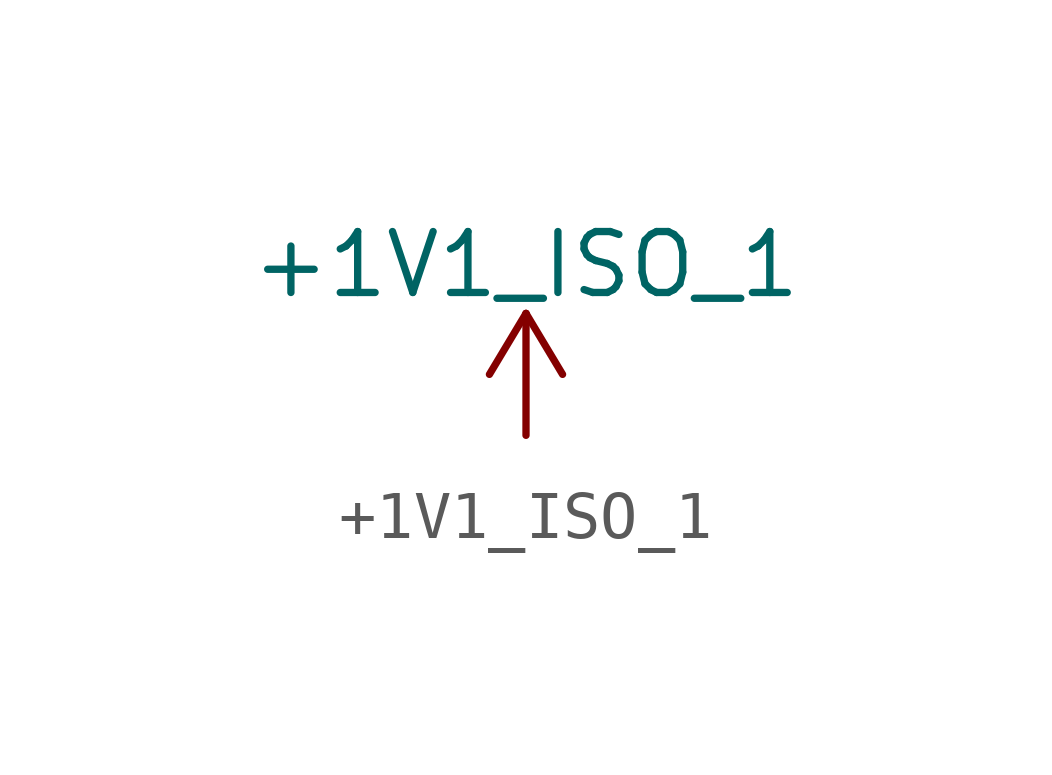
<source format=kicad_sym>
(kicad_symbol_lib
  (version 20220914)
  (generator kicad_symbol_editor)
  (symbol "+1V1_ISO_1"
    (power)
    (pin_names
      (offset 0))
    (property "Reference" "#PWR"
      (at 0 -3.81 0)
      (effects (font (size 1.27 1.27)) hide))
    (property "Value" "+1V1_ISO_1"
      (at 0 3.556 0)
      (effects (font (size 1.27 1.27))))
    (symbol "+1V1_ISO_1_0_1"
      (polyline (pts (xy -0.762 1.27) (xy 0 2.54)) (stroke (width 0) (type default)) (fill (type none)))
      (polyline (pts (xy 0 0) (xy 0 2.54)) (stroke (width 0) (type default)) (fill (type none)))
      (polyline (pts (xy 0 2.54) (xy 0.762 1.27)) (stroke (width 0) (type default)) (fill (type none))))
    (symbol "+1V1_ISO_1_1_1"
      (pin power_in line (at 0 0 0) (length 0) hide (name "+3V3" (effects (font (size 1.27 1.27)))) (number "1" (effects (font (size 1.27 1.27))))))))
</source>
